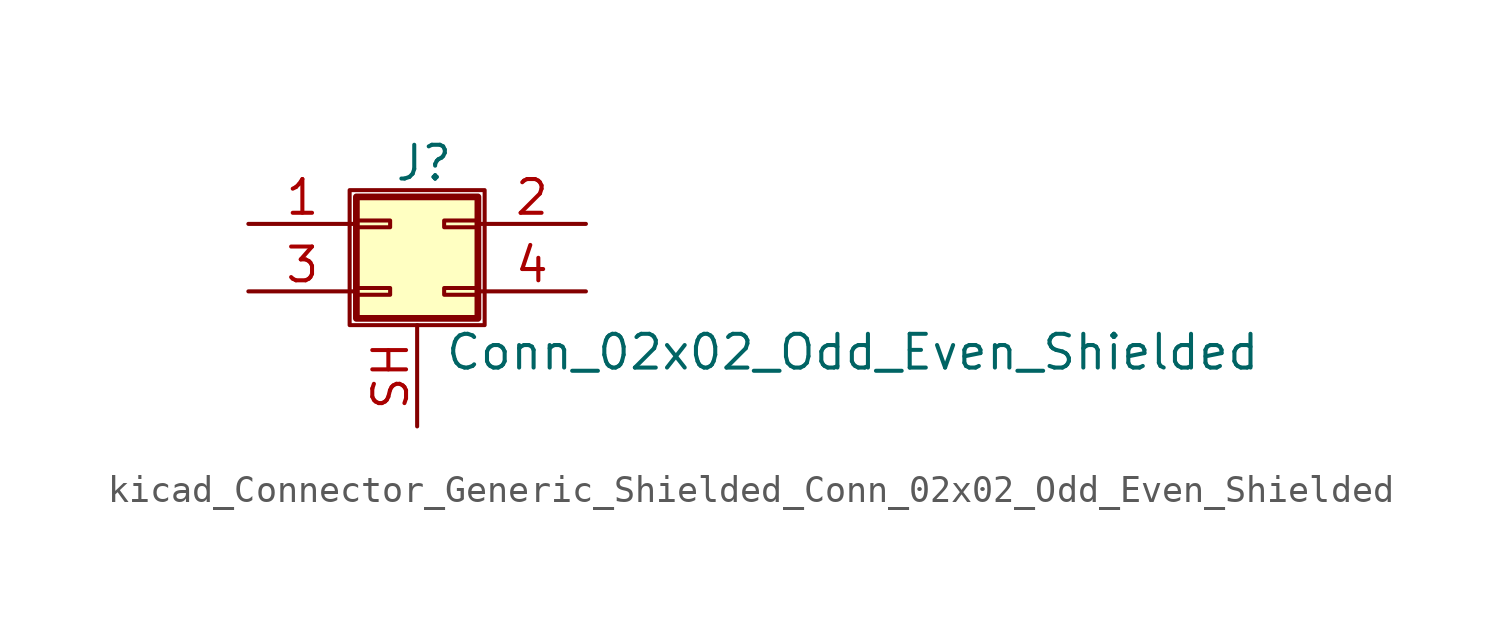
<source format=kicad_sym>
(kicad_symbol_lib
  (version 20220914)
  (generator kicad_symbol_editor)
  (symbol "kicad_Connector_Generic_Shielded_Conn_02x02_Odd_Even_Shielded"
    (pin_names
      (offset 1.016) hide)
    (property "Reference" "J"
      (at 1.524 2.286 0)
      (effects (font (size 1.27 1.27))))
    (property "Value" "Conn_02x02_Odd_Even_Shielded"
      (at 2.286 -4.826 0)
      (effects (font (size 1.27 1.27)) (justify left)))
    (symbol "kicad_Connector_Generic_Shielded_Conn_02x02_Odd_Even_Shielded_1_1"
      (rectangle (start -1.27 1.27) (end 3.81 -3.81) (stroke (width 0.152) (type default)) (fill (type none)))
      (rectangle (start -1.016 -2.413) (end 0.254 -2.667) (stroke (width 0.152) (type default)) (fill (type none)))
      (rectangle (start -1.016 0.127) (end 0.254 -0.127) (stroke (width 0.152) (type default)) (fill (type none)))
      (rectangle (start -1.016 1.016) (end 3.556 -3.556) (stroke (width 0.254) (type default)) (fill (type background)))
      (rectangle (start 3.556 -2.413) (end 2.286 -2.667) (stroke (width 0.152) (type default)) (fill (type none)))
      (rectangle (start 3.556 0.127) (end 2.286 -0.127) (stroke (width 0.152) (type default)) (fill (type none)))
      (pin passive line (at -5.08 0 0) (length 4.064) (name "Pin_1" (effects (font (size 1.27 1.27)))) (number "1" (effects (font (size 1.27 1.27)))))
      (pin passive line (at 7.62 0 180) (length 4.064) (name "Pin_2" (effects (font (size 1.27 1.27)))) (number "2" (effects (font (size 1.27 1.27)))))
      (pin passive line (at -5.08 -2.54 0) (length 4.064) (name "Pin_3" (effects (font (size 1.27 1.27)))) (number "3" (effects (font (size 1.27 1.27)))))
      (pin passive line (at 7.62 -2.54 180) (length 4.064) (name "Pin_4" (effects (font (size 1.27 1.27)))) (number "4" (effects (font (size 1.27 1.27)))))
      (pin passive line (at 1.27 -7.62 90) (length 3.81) (name "Shield" (effects (font (size 1.27 1.27)))) (number "SH" (effects (font (size 1.27 1.27))))))))
</source>
